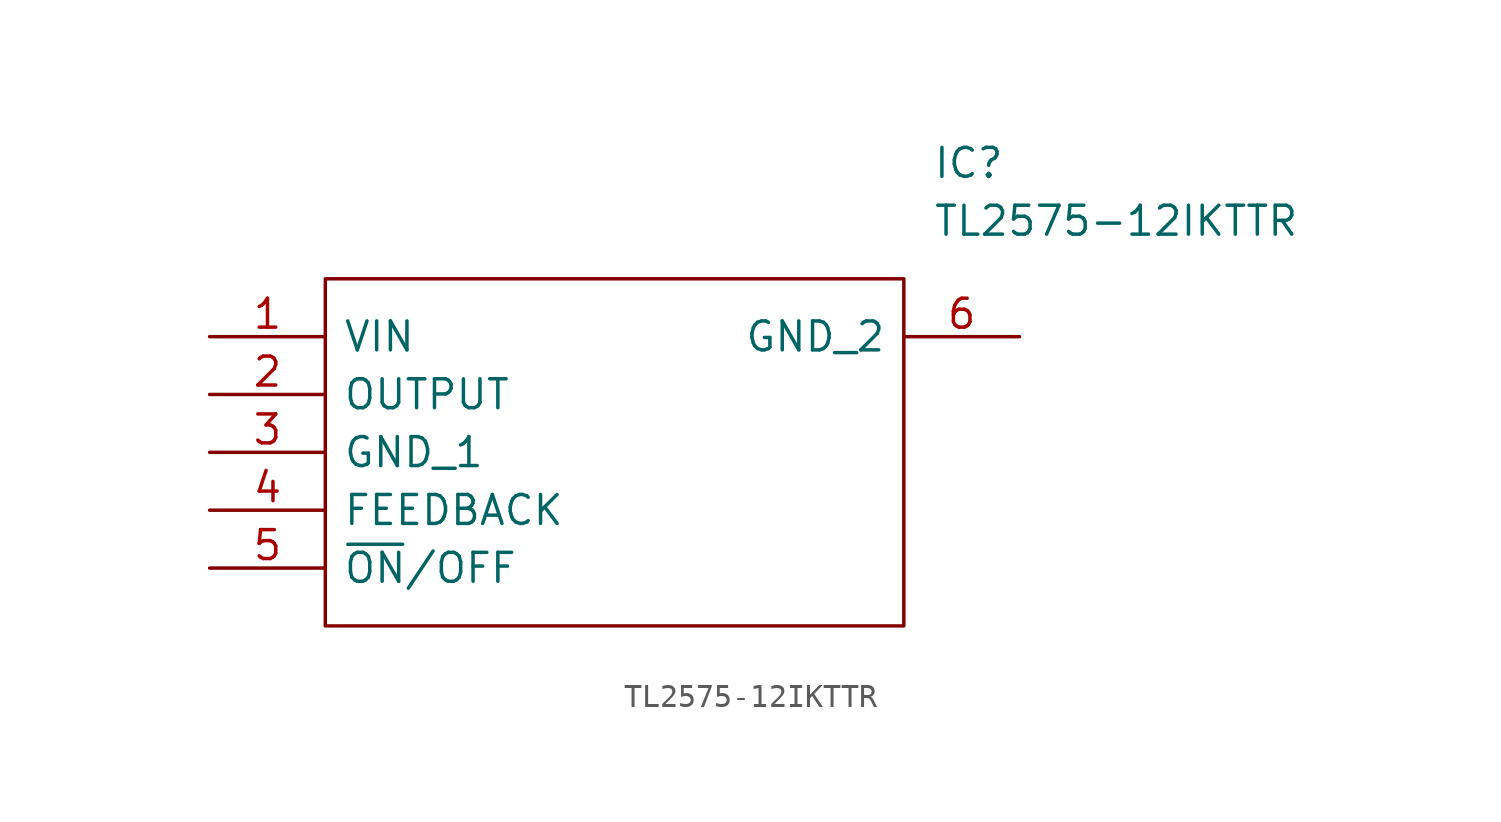
<source format=kicad_sym>
(kicad_symbol_lib
  (version 20211014)
  (generator kicad_symbol_editor)
  (symbol "TL2575-12IKTTR"
    (pin_names
      (offset 0.762))
    (property "Reference" "IC"
      (at 31.75 7.62 0)
      (effects (font (size 1.27 1.27)) (justify left)))
    (property "Value" "TL2575-12IKTTR"
      (at 31.75 5.08 0)
      (effects (font (size 1.27 1.27)) (justify left)))
    (symbol "TL2575-12IKTTR_0_0"
      (pin passive line (at 0 0 0) (length 5.08) (name "VIN" (effects (font (size 1.27 1.27)))) (number "1" (effects (font (size 1.27 1.27)))))
      (pin passive line (at 0 -2.54 0) (length 5.08) (name "OUTPUT" (effects (font (size 1.27 1.27)))) (number "2" (effects (font (size 1.27 1.27)))))
      (pin passive line (at 0 -5.08 0) (length 5.08) (name "GND_1" (effects (font (size 1.27 1.27)))) (number "3" (effects (font (size 1.27 1.27)))))
      (pin passive line (at 0 -7.62 0) (length 5.08) (name "FEEDBACK" (effects (font (size 1.27 1.27)))) (number "4" (effects (font (size 1.27 1.27)))))
      (pin passive line (at 0 -10.16 0) (length 5.08) (name "~{ON}/OFF" (effects (font (size 1.27 1.27)))) (number "5" (effects (font (size 1.27 1.27)))))
      (pin passive line (at 35.56 0 180) (length 5.08) (name "GND_2" (effects (font (size 1.27 1.27)))) (number "6" (effects (font (size 1.27 1.27))))))
    (symbol "TL2575-12IKTTR_0_1"
      (polyline (pts (xy 5.08 2.54) (xy 30.48 2.54) (xy 30.48 -12.7) (xy 5.08 -12.7) (xy 5.08 2.54)) (stroke (width 0.152) (type default) (color 0 0 0 0)) (fill (type none))))))
</source>
